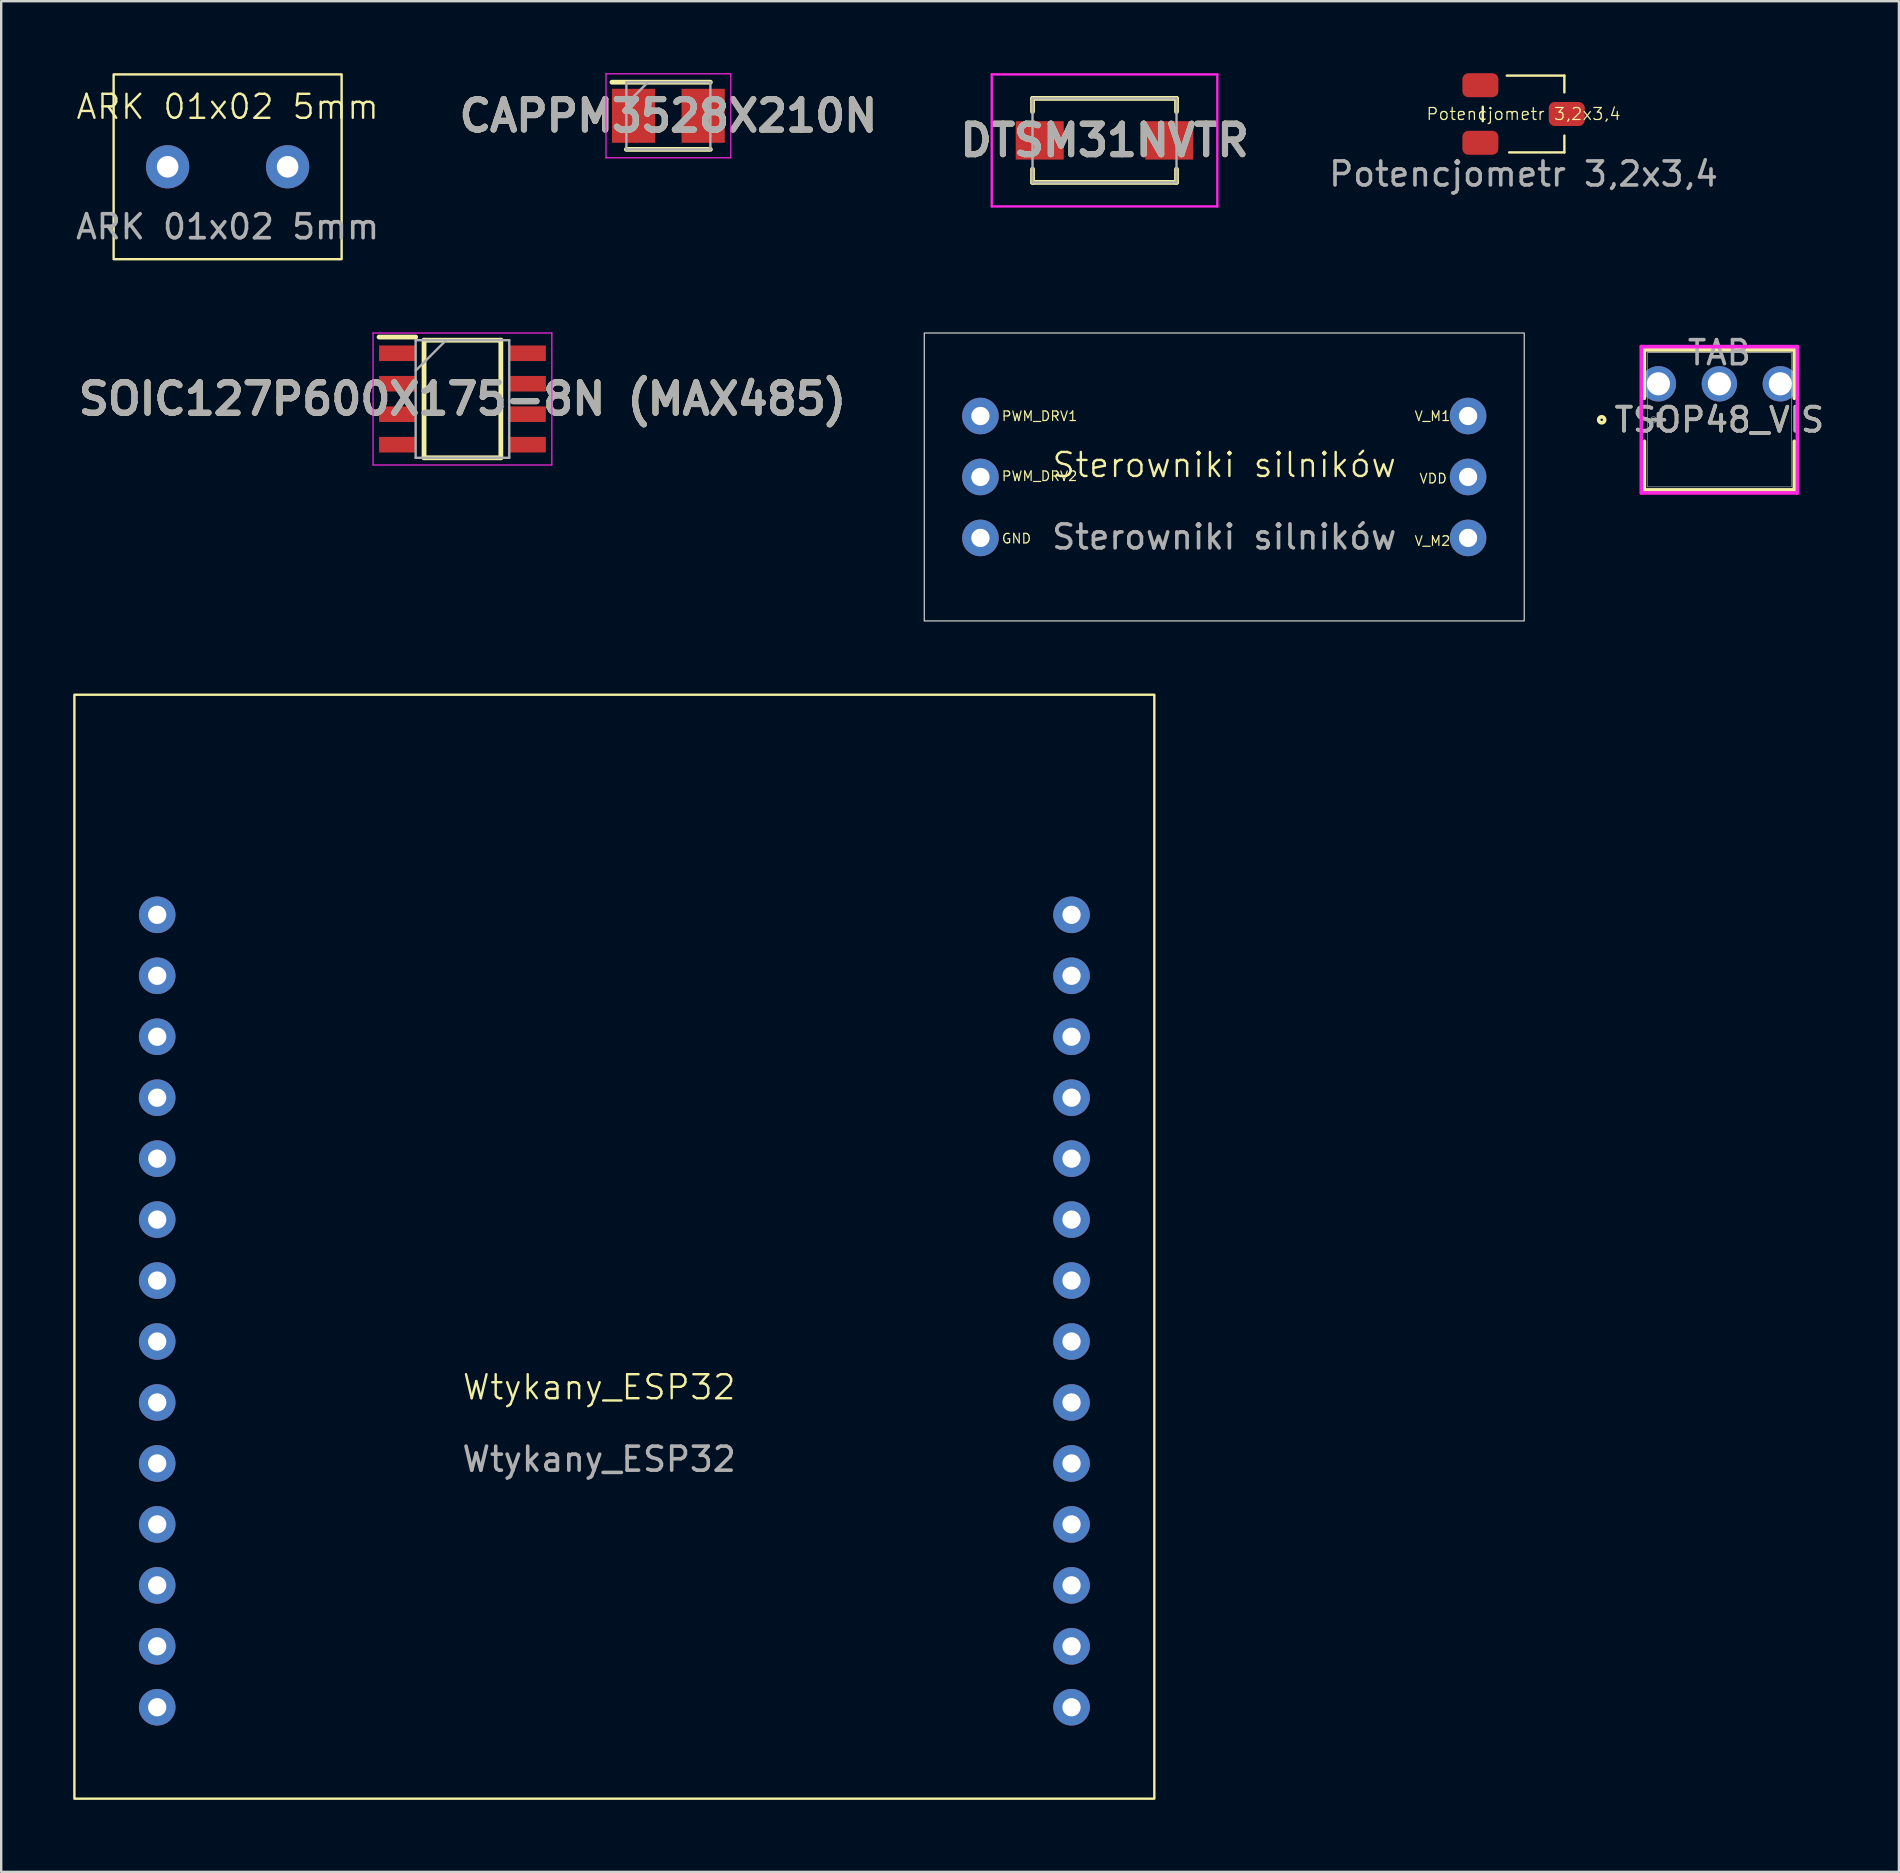
<source format=kicad_pcb>
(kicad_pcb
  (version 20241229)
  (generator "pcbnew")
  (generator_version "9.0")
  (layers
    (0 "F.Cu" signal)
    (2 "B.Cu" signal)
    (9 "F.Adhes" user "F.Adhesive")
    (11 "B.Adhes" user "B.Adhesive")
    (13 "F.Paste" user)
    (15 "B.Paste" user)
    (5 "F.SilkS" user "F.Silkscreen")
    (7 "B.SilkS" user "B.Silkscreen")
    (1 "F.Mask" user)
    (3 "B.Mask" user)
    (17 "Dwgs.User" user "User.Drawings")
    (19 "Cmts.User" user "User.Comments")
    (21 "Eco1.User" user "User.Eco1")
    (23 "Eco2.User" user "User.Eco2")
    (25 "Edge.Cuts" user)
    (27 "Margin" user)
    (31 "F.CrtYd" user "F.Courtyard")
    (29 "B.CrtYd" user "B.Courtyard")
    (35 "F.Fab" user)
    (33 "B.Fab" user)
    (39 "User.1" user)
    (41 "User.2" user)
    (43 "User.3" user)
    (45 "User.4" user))
  (footprint "Wtykany_ESP32"
    (layer "F.Cu")
    (at 21.915 48.9)
    (property "Reference" "Wtykany_ESP32" (at 0 5.855 0) (unlocked yes) (layer "F.SilkS") (effects (font (size 1 1) (thickness 0.1))))
    (attr through_hole)
    (fp_rect (start -21.865 -23) (end 23.135 23) (stroke (width 0.1) (type default)) (fill no) (layer "F.SilkS"))
    (fp_text user "${REFERENCE}" (at 0 8.855 0) (unlocked yes) (layer "F.Fab") (effects (font (size 1 1) (thickness 0.15))))
    (pad "1" thru_hole circle (at -18.415 -13.83) (size 1.524 1.524) (drill 0.762) (layers "*.Cu" "*.Mask"))
    (pad "2" thru_hole circle (at -18.415 -11.29) (size 1.524 1.524) (drill 0.762) (layers "*.Cu" "*.Mask"))
    (pad "3" thru_hole circle (at -18.415 -8.75) (size 1.524 1.524) (drill 0.762) (layers "*.Cu" "*.Mask"))
    (pad "4" thru_hole circle (at -18.415 -6.21) (size 1.524 1.524) (drill 0.762) (layers "*.Cu" "*.Mask"))
    (pad "5" thru_hole circle (at -18.415 -3.67) (size 1.524 1.524) (drill 0.762) (layers "*.Cu" "*.Mask"))
    (pad "6" thru_hole circle (at -18.415 -1.13) (size 1.524 1.524) (drill 0.762) (layers "*.Cu" "*.Mask"))
    (pad "7" thru_hole circle (at -18.415 1.41) (size 1.524 1.524) (drill 0.762) (layers "*.Cu" "*.Mask"))
    (pad "8" thru_hole circle (at -18.415 3.95) (size 1.524 1.524) (drill 0.762) (layers "*.Cu" "*.Mask"))
    (pad "9" thru_hole circle (at -18.415 6.49) (size 1.524 1.524) (drill 0.762) (layers "*.Cu" "*.Mask"))
    (pad "10" thru_hole circle (at -18.415 9.03) (size 1.524 1.524) (drill 0.762) (layers "*.Cu" "*.Mask"))
    (pad "11" thru_hole circle (at -18.415 11.57) (size 1.524 1.524) (drill 0.762) (layers "*.Cu" "*.Mask"))
    (pad "12" thru_hole circle (at -18.415 14.11) (size 1.524 1.524) (drill 0.762) (layers "*.Cu" "*.Mask"))
    (pad "13" thru_hole circle (at -18.415 16.65) (size 1.524 1.524) (drill 0.762) (layers "*.Cu" "*.Mask"))
    (pad "14" thru_hole circle (at -18.415 19.19) (size 1.524 1.524) (drill 0.762) (layers "*.Cu" "*.Mask"))
    (pad "15" thru_hole circle (at 19.685 -13.83) (size 1.524 1.524) (drill 0.762) (layers "*.Cu" "*.Mask"))
    (pad "16" thru_hole circle (at 19.685 -11.29) (size 1.524 1.524) (drill 0.762) (layers "*.Cu" "*.Mask"))
    (pad "17" thru_hole circle (at 19.685 -8.75) (size 1.524 1.524) (drill 0.762) (layers "*.Cu" "*.Mask"))
    (pad "18" thru_hole circle (at 19.685 -6.21) (size 1.524 1.524) (drill 0.762) (layers "*.Cu" "*.Mask"))
    (pad "19" thru_hole circle (at 19.685 -3.67) (size 1.524 1.524) (drill 0.762) (layers "*.Cu" "*.Mask"))
    (pad "20" thru_hole circle (at 19.685 -1.13) (size 1.524 1.524) (drill 0.762) (layers "*.Cu" "*.Mask"))
    (pad "21\\" thru_hole circle (at 19.685 1.41) (size 1.524 1.524) (drill 0.762) (layers "*.Cu" "*.Mask"))
    (pad "22" thru_hole circle (at 19.685 3.95) (size 1.524 1.524) (drill 0.762) (layers "*.Cu" "*.Mask"))
    (pad "23" thru_hole circle (at 19.685 6.49) (size 1.524 1.524) (drill 0.762) (layers "*.Cu" "*.Mask"))
    (pad "24" thru_hole circle (at 19.685 9.03) (size 1.524 1.524) (drill 0.762) (layers "*.Cu" "*.Mask"))
    (pad "25" thru_hole circle (at 19.685 11.57) (size 1.524 1.524) (drill 0.762) (layers "*.Cu" "*.Mask"))
    (pad "26" thru_hole circle (at 19.685 14.11) (size 1.524 1.524) (drill 0.762) (layers "*.Cu" "*.Mask"))
    (pad "27" thru_hole circle (at 19.685 16.65) (size 1.524 1.524) (drill 0.762) (layers "*.Cu" "*.Mask"))
    (pad "28" thru_hole circle (at 19.685 19.19) (size 1.524 1.524) (drill 0.762) (layers "*.Cu" "*.Mask")))
  (footprint "TSOP48_VIS"
    (layer "F.Cu")
    (at 66.062 12.934)
    (property "Reference" "TSOP48_VIS" (at 2.533 1.508 0) (unlocked yes) (layer "F.SilkS") (effects (font (size 1 1) (thickness 0.15))))
    (attr through_hole)
    (fp_line (start -0.592 -1.413) (end -0.592 0.612) (stroke (width 0.152) (type solid)) (layer "F.SilkS"))
    (fp_line (start -0.592 2.404) (end -0.592 4.429) (stroke (width 0.152) (type solid)) (layer "F.SilkS"))
    (fp_line (start -0.592 4.429) (end 5.657 4.429) (stroke (width 0.152) (type solid)) (layer "F.SilkS"))
    (fp_line (start -0.465 -1.413) (end 5.53 -1.413) (stroke (width 0.152) (type solid)) (layer "F.SilkS"))
    (fp_line (start 5.657 -1.413) (end -0.592 -1.413) (stroke (width 0.152) (type solid)) (layer "F.SilkS"))
    (fp_line (start 5.657 0.612) (end 5.657 -1.413) (stroke (width 0.152) (type solid)) (layer "F.SilkS"))
    (fp_line (start 5.657 4.429) (end 5.657 2.404) (stroke (width 0.152) (type solid)) (layer "F.SilkS"))
    (fp_circle (center -2.37 1.508) (end -2.243 1.508) (stroke (width 0.152) (type solid)) (fill no) (layer "F.SilkS"))
    (fp_line (start -0.719 -1.54) (end -0.719 4.556) (stroke (width 0.152) (type solid)) (layer "F.CrtYd"))
    (fp_line (start -0.719 4.556) (end 5.784 4.556) (stroke (width 0.152) (type solid)) (layer "F.CrtYd"))
    (fp_line (start 5.784 -1.54) (end -0.719 -1.54) (stroke (width 0.152) (type solid)) (layer "F.CrtYd"))
    (fp_line (start 5.784 4.556) (end 5.784 -1.54) (stroke (width 0.152) (type solid)) (layer "F.CrtYd"))
    (fp_line (start -0.465 -1.286) (end -0.465 4.302) (stroke (width 0.025) (type solid)) (layer "F.Fab"))
    (fp_line (start -0.465 -1.286) (end 5.53 -1.286) (stroke (width 0.025) (type solid)) (layer "F.Fab"))
    (fp_line (start -0.465 4.302) (end 5.53 4.302) (stroke (width 0.025) (type solid)) (layer "F.Fab"))
    (fp_line (start -0.261 1.508) (end 0.247 1.508) (stroke (width 0.152) (type solid)) (layer "F.Fab"))
    (fp_line (start -0.007 1.762) (end -0.007 1.254) (stroke (width 0.152) (type solid)) (layer "F.Fab"))
    (fp_line (start 5.53 -1.286) (end -0.465 -1.286) (stroke (width 0.025) (type solid)) (layer "F.Fab"))
    (fp_line (start 5.53 4.302) (end 5.53 -1.286) (stroke (width 0.025) (type solid)) (layer "F.Fab"))
    (fp_circle (center -0.211 1.508) (end -0.084 1.508) (stroke (width 0.025) (type solid)) (fill no) (layer "F.Fab"))
    (fp_text user "TAB" (at 2.533 -1.286 0) (unlocked yes) (layer "F.Fab") (effects (font (size 1 1) (thickness 0.15))))
    (fp_text user "${REFERENCE}" (at 2.533 1.508 0) (unlocked yes) (layer "F.Fab") (effects (font (size 1 1) (thickness 0.15))))
    (pad "1" thru_hole circle (at -0.007 0.009) (size 1.473 1.473) (drill 0.965) (layers "*.Cu" "*.Mask"))
    (pad "2" thru_hole circle (at 2.533 0.009) (size 1.473 1.473) (drill 0.965) (layers "*.Cu" "*.Mask"))
    (pad "3" thru_hole circle (at 5.073 0.009) (size 1.473 1.473) (drill 0.965) (layers "*.Cu" "*.Mask")))
  (footprint "CAPPM3528X210N"
    (layer "F.Cu")
    (at 24.801 1.775)
    (property "Reference" "CAPPM3528X210N" (at 0 0 0) (layer "F.SilkS") (effects (font (size 1.27 1.27) (thickness 0.254))))
    (attr smd)
    (fp_line (start -1.75 1.4) (end 1.75 1.4) (stroke (width 0.2) (type solid)) (layer "F.SilkS"))
    (fp_line (start 1.75 -1.4) (end -2.35 -1.4) (stroke (width 0.2) (type solid)) (layer "F.SilkS"))
    (fp_line (start -2.6 -1.75) (end 2.6 -1.75) (stroke (width 0.05) (type solid)) (layer "F.CrtYd"))
    (fp_line (start -2.6 1.75) (end -2.6 -1.75) (stroke (width 0.05) (type solid)) (layer "F.CrtYd"))
    (fp_line (start 2.6 -1.75) (end 2.6 1.75) (stroke (width 0.05) (type solid)) (layer "F.CrtYd"))
    (fp_line (start 2.6 1.75) (end -2.6 1.75) (stroke (width 0.05) (type solid)) (layer "F.CrtYd"))
    (fp_line (start -1.75 -1.4) (end 1.75 -1.4) (stroke (width 0.1) (type solid)) (layer "F.Fab"))
    (fp_line (start -1.75 -0.5) (end -0.85 -1.4) (stroke (width 0.1) (type solid)) (layer "F.Fab"))
    (fp_line (start -1.75 1.4) (end -1.75 -1.4) (stroke (width 0.1) (type solid)) (layer "F.Fab"))
    (fp_line (start 1.75 -1.4) (end 1.75 1.4) (stroke (width 0.1) (type solid)) (layer "F.Fab"))
    (fp_line (start 1.75 1.4) (end -1.75 1.4) (stroke (width 0.1) (type solid)) (layer "F.Fab"))
    (fp_text user "${REFERENCE}" (at 0 0 0) (layer "F.Fab") (effects (font (size 1.27 1.27) (thickness 0.254))))
    (pad "1" smd rect (at -1.45 0) (size 1.8 2.25) (layers "F.Cu" "F.Mask" "F.Paste"))
    (pad "2" smd rect (at 1.45 0) (size 1.8 2.25) (layers "F.Cu" "F.Mask" "F.Paste")))
  (footprint "SOIC127P600X175-8N (MAX485)"
    (layer "F.Cu")
    (at 16.22 13.575)
    (property "Reference" "SOIC127P600X175-8N (MAX485)" (at 0 0 0) (layer "F.SilkS") (effects (font (size 1.27 1.27) (thickness 0.254))))
    (attr smd)
    (fp_line (start -3.475 -2.58) (end -1.95 -2.58) (stroke (width 0.2) (type solid)) (layer "F.SilkS"))
    (fp_line (start -1.6 -2.45) (end 1.6 -2.45) (stroke (width 0.2) (type solid)) (layer "F.SilkS"))
    (fp_line (start -1.6 2.45) (end -1.6 -2.45) (stroke (width 0.2) (type solid)) (layer "F.SilkS"))
    (fp_line (start 1.6 -2.45) (end 1.6 2.45) (stroke (width 0.2) (type solid)) (layer "F.SilkS"))
    (fp_line (start 1.6 2.45) (end -1.6 2.45) (stroke (width 0.2) (type solid)) (layer "F.SilkS"))
    (fp_line (start -3.725 -2.75) (end 3.725 -2.75) (stroke (width 0.05) (type solid)) (layer "F.CrtYd"))
    (fp_line (start -3.725 2.75) (end -3.725 -2.75) (stroke (width 0.05) (type solid)) (layer "F.CrtYd"))
    (fp_line (start 3.725 -2.75) (end 3.725 2.75) (stroke (width 0.05) (type solid)) (layer "F.CrtYd"))
    (fp_line (start 3.725 2.75) (end -3.725 2.75) (stroke (width 0.05) (type solid)) (layer "F.CrtYd"))
    (fp_line (start -1.95 -2.45) (end 1.95 -2.45) (stroke (width 0.1) (type solid)) (layer "F.Fab"))
    (fp_line (start -1.95 -1.18) (end -0.68 -2.45) (stroke (width 0.1) (type solid)) (layer "F.Fab"))
    (fp_line (start -1.95 2.45) (end -1.95 -2.45) (stroke (width 0.1) (type solid)) (layer "F.Fab"))
    (fp_line (start 1.95 -2.45) (end 1.95 2.45) (stroke (width 0.1) (type solid)) (layer "F.Fab"))
    (fp_line (start 1.95 2.45) (end -1.95 2.45) (stroke (width 0.1) (type solid)) (layer "F.Fab"))
    (fp_text user "${REFERENCE}" (at 0 0 0) (layer "F.Fab") (effects (font (size 1.27 1.27) (thickness 0.254))))
    (pad "1" smd rect (at -2.712 -1.905 90) (size 0.65 1.525) (layers "F.Cu" "F.Mask" "F.Paste"))
    (pad "2" smd rect (at -2.712 -0.635 90) (size 0.65 1.525) (layers "F.Cu" "F.Mask" "F.Paste"))
    (pad "3" smd rect (at -2.712 0.635 90) (size 0.65 1.525) (layers "F.Cu" "F.Mask" "F.Paste"))
    (pad "4" smd rect (at -2.712 1.905 90) (size 0.65 1.525) (layers "F.Cu" "F.Mask" "F.Paste"))
    (pad "5" smd rect (at 2.712 1.905 90) (size 0.65 1.525) (layers "F.Cu" "F.Mask" "F.Paste"))
    (pad "6" smd rect (at 2.712 0.635 90) (size 0.65 1.525) (layers "F.Cu" "F.Mask" "F.Paste"))
    (pad "7" smd rect (at 2.712 -0.635 90) (size 0.65 1.525) (layers "F.Cu" "F.Mask" "F.Paste"))
    (pad "8" smd rect (at 2.712 -1.905 90) (size 0.65 1.525) (layers "F.Cu" "F.Mask" "F.Paste")))
  (footprint "Potencjometr 3,2x3,4"
    (layer "F.Cu")
    (at 60.436 1.7)
    (property "Reference" "Potencjometr 3,2x3,4" (at 0 0 0) (unlocked yes) (layer "F.SilkS") (effects (font (size 0.5 0.5) (thickness 0.05))))
    (attr smd)
    (fp_line (start -1.7 -0.3) (end -1.7 0.3) (stroke (width 0.1) (type default)) (layer "F.SilkS"))
    (fp_line (start -0.7 -1.6) (end 1.7 -1.6) (stroke (width 0.1) (type default)) (layer "F.SilkS"))
    (fp_line (start 1.7 -1.6) (end 1.7 -0.9) (stroke (width 0.1) (type default)) (layer "F.SilkS"))
    (fp_line (start 1.7 0.9) (end 1.7 1.6) (stroke (width 0.1) (type default)) (layer "F.SilkS"))
    (fp_line (start 1.7 1.6) (end -0.6 1.6) (stroke (width 0.1) (type default)) (layer "F.SilkS"))
    (fp_text user "${REFERENCE}" (at 0 2.5 0) (unlocked yes) (layer "F.Fab") (effects (font (size 1 1) (thickness 0.15))))
    (pad "1" smd roundrect (at -1.8 -1.2) (size 1.5 1) (layers "F.Cu" "F.Mask" "F.Paste") (roundrect_rratio 0.25))
    (pad "2" smd roundrect (at 1.8 0) (size 1.5 1) (layers "F.Cu" "F.Mask" "F.Paste") (roundrect_rratio 0.25))
    (pad "3" smd roundrect (at -1.8 1.2) (size 1.5 1) (layers "F.Cu" "F.Mask" "F.Paste") (roundrect_rratio 0.25)))
  (footprint "DTSM31NVTR"
    (layer "F.Cu")
    (at 42.975 2.8)
    (property "Reference" "DTSM31NVTR" (at 0 0 0) (layer "F.SilkS") (effects (font (size 1.27 1.27) (thickness 0.254))))
    (attr smd)
    (fp_line (start -4.3 0) (end -4.3 0) (stroke (width 0.1) (type solid)) (layer "F.SilkS"))
    (fp_line (start -4.2 0) (end -4.2 0) (stroke (width 0.1) (type solid)) (layer "F.SilkS"))
    (fp_line (start -3 -1.75) (end 3 -1.75) (stroke (width 0.2) (type solid)) (layer "F.SilkS"))
    (fp_line (start -3 -1.2) (end -3 -1.75) (stroke (width 0.2) (type solid)) (layer "F.SilkS"))
    (fp_line (start -3 1.2) (end -3 1.75) (stroke (width 0.2) (type solid)) (layer "F.SilkS"))
    (fp_line (start -3 1.75) (end 3 1.75) (stroke (width 0.2) (type solid)) (layer "F.SilkS"))
    (fp_line (start 3 -1.75) (end 3 -1.2) (stroke (width 0.2) (type solid)) (layer "F.SilkS"))
    (fp_line (start 3 1.75) (end 3 1.2) (stroke (width 0.2) (type solid)) (layer "F.SilkS"))
    (fp_arc (start -4.3 0) (mid -4.25 -0.05) (end -4.2 0) (stroke (width 0.1) (type solid)) (layer "F.SilkS"))
    (fp_arc (start -4.2 0) (mid -4.25 0.05) (end -4.3 0) (stroke (width 0.1) (type solid)) (layer "F.SilkS"))
    (fp_line (start -4.7 -2.75) (end 4.7 -2.75) (stroke (width 0.1) (type solid)) (layer "F.CrtYd"))
    (fp_line (start -4.7 2.75) (end -4.7 -2.75) (stroke (width 0.1) (type solid)) (layer "F.CrtYd"))
    (fp_line (start 4.7 -2.75) (end 4.7 2.75) (stroke (width 0.1) (type solid)) (layer "F.CrtYd"))
    (fp_line (start 4.7 2.75) (end -4.7 2.75) (stroke (width 0.1) (type solid)) (layer "F.CrtYd"))
    (fp_line (start -3 -1.75) (end 3 -1.75) (stroke (width 0.1) (type solid)) (layer "F.Fab"))
    (fp_line (start -3 1.75) (end -3 -1.75) (stroke (width 0.1) (type solid)) (layer "F.Fab"))
    (fp_line (start 3 -1.75) (end 3 1.75) (stroke (width 0.1) (type solid)) (layer "F.Fab"))
    (fp_line (start 3 1.75) (end -3 1.75) (stroke (width 0.1) (type solid)) (layer "F.Fab"))
    (fp_text user "${REFERENCE}" (at 0 0 0) (layer "F.Fab") (effects (font (size 1.27 1.27) (thickness 0.254))))
    (pad "1" smd rect (at -2.7 0 90) (size 1.6 2) (layers "F.Cu" "F.Mask" "F.Paste"))
    (pad "2" smd rect (at 2.7 0 90) (size 1.6 2) (layers "F.Cu" "F.Mask" "F.Paste")))
  (footprint "ARK 01x02 5mm"
    (layer "F.Cu")
    (at 6.435 3.9)
    (property "Reference" "ARK 01x02 5mm" (at 0 -2.5 0) (unlocked yes) (layer "F.SilkS") (effects (font (size 1 1) (thickness 0.1))))
    (attr through_hole)
    (fp_rect (start -4.75 -3.85) (end 4.75 3.85) (stroke (width 0.1) (type default)) (fill no) (layer "F.SilkS"))
    (fp_text user "${REFERENCE}" (at 0 2.5 0) (unlocked yes) (layer "F.Fab") (effects (font (size 1 1) (thickness 0.15))))
    (pad "1" thru_hole circle (at 2.5 0) (size 1.8 1.8) (drill 0.9) (layers "*.Cu" "*.Mask"))
    (pad "2" thru_hole circle (at -2.5 0) (size 1.8 1.8) (drill 0.9) (layers "*.Cu" "*.Mask")))
  (footprint "Sterowniki silników"
    (layer "F.Cu")
    (at 47.964 16.825)
    (property "Reference" "Sterowniki silników" (at 0 -0.5 0) (unlocked yes) (layer "F.SilkS") (effects (font (size 1 1) (thickness 0.1))))
    (attr through_hole)
    (fp_rect (start -12.5 -6) (end 12.5 6) (stroke (width 0.05) (type default)) (fill no) (layer "Edge.Cuts"))
    (fp_text user "GND" (at -9.3 2.8 0) (unlocked yes) (layer "F.SilkS") (effects (font (size 0.4 0.4) (thickness 0.05) (bold yes)) (justify left bottom)))
    (fp_text user "V_M1" (at 7.9 -2.3 0) (unlocked yes) (layer "F.SilkS") (effects (font (size 0.4 0.4) (thickness 0.05) (bold yes)) (justify left bottom)))
    (fp_text user "PWM_DRV1" (at -9.3 -2.3 0) (unlocked yes) (layer "F.SilkS") (effects (font (size 0.4 0.4) (thickness 0.05) (bold yes)) (justify left bottom)))
    (fp_text user "V_M2" (at 7.9 2.9 0) (unlocked yes) (layer "F.SilkS") (effects (font (size 0.4 0.4) (thickness 0.05) (bold yes)) (justify left bottom)))
    (fp_text user "PWM_DRV2" (at -9.3 0.2 0) (unlocked yes) (layer "F.SilkS") (effects (font (size 0.4 0.4) (thickness 0.05) (bold yes)) (justify left bottom)))
    (fp_text user "VDD" (at 8.1 0.3 0) (unlocked yes) (layer "F.SilkS") (effects (font (size 0.4 0.4) (thickness 0.05) (bold yes)) (justify left bottom)))
    (fp_text user "${REFERENCE}" (at 0 2.5 0) (unlocked yes) (layer "F.Fab") (effects (font (size 1 1) (thickness 0.15))))
    (pad "1" thru_hole circle (at -10.16 -2.54) (size 1.524 1.524) (drill 0.762) (layers "*.Cu" "*.Mask"))
    (pad "2" thru_hole circle (at -10.16 0) (size 1.524 1.524) (drill 0.762) (layers "*.Cu" "*.Mask"))
    (pad "3" thru_hole circle (at -10.16 2.54) (size 1.524 1.524) (drill 0.762) (layers "*.Cu" "*.Mask"))
    (pad "4" thru_hole circle (at 10.16 -2.54) (size 1.524 1.524) (drill 0.762) (layers "*.Cu" "*.Mask"))
    (pad "5" thru_hole circle (at 10.16 0) (size 1.524 1.524) (drill 0.762) (layers "*.Cu" "*.Mask"))
    (pad "6" thru_hole circle (at 10.16 2.54) (size 1.524 1.524) (drill 0.762) (layers "*.Cu" "*.Mask")))
  (gr_rect
    (start -3 -3)
    (end 76.077 74.95)
    (stroke (width 0.1) (type default))
    (fill no)
    (layer "Edge.Cuts")))
</source>
